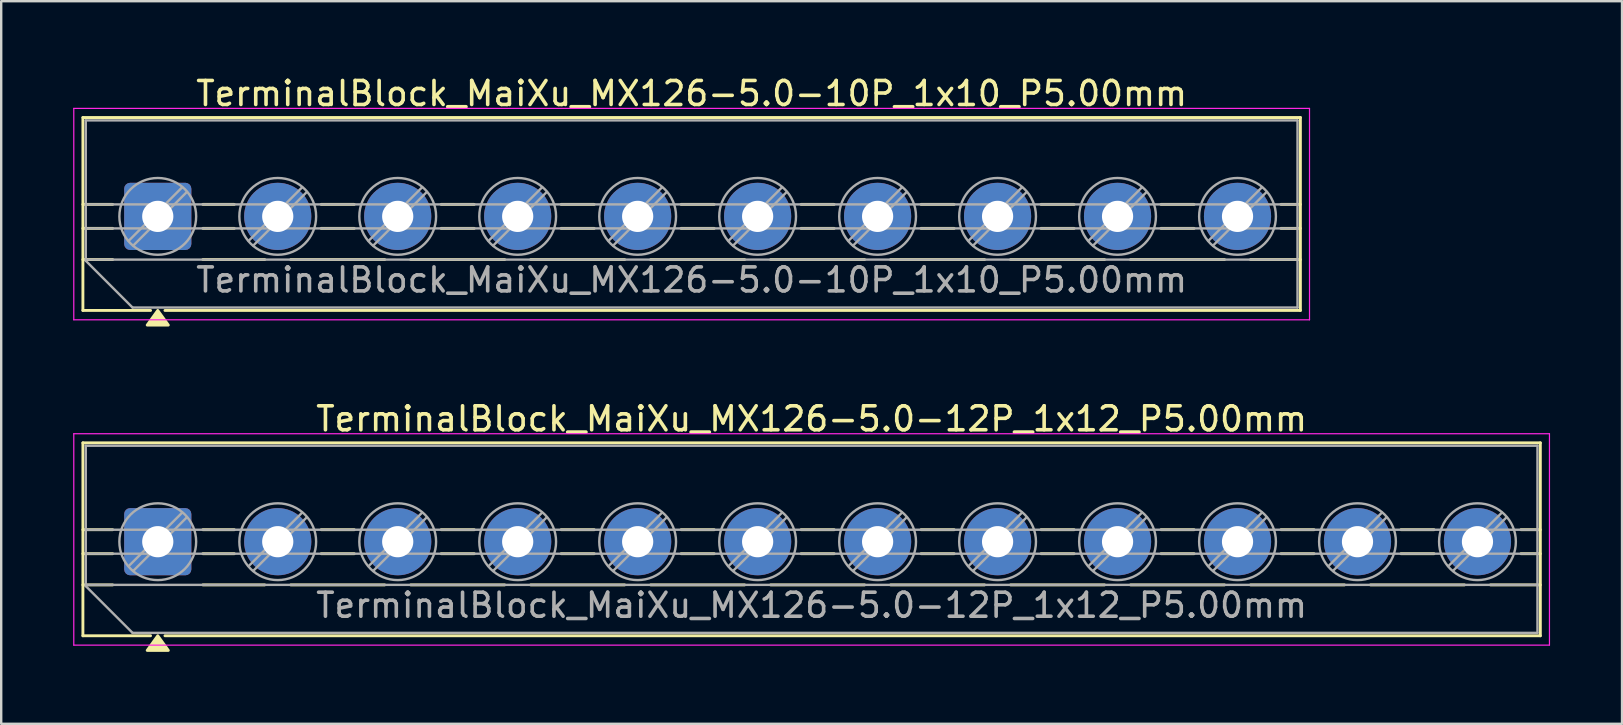
<source format=kicad_pcb>
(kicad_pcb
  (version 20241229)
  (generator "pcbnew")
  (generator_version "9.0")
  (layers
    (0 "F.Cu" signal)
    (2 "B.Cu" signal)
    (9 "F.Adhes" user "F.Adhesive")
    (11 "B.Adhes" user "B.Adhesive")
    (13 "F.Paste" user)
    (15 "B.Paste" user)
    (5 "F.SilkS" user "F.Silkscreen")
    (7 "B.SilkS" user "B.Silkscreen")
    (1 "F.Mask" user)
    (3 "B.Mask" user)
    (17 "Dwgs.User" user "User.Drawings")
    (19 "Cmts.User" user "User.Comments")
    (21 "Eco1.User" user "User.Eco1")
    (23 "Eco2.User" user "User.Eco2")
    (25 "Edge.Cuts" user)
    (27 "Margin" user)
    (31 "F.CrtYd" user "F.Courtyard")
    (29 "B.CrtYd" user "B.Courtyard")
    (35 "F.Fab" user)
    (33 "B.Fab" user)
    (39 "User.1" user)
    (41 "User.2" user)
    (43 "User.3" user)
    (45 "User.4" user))
  (footprint "TerminalBlock_MaiXu_MX126-5.0-10P_1x10_P5.00mm"
    (layer "F.Cu")
    (at 3.525 5.968)
    (property "Reference" "TerminalBlock_MaiXu_MX126-5.0-10P_1x10_P5.00mm" (at 22.25 -5.12 0) (layer "F.SilkS") (effects (font (size 1 1) (thickness 0.15))))
    (attr through_hole)
    (fp_line (start -3.12 -4.12) (end -3.12 3.92) (stroke (width 0.12) (type solid)) (layer "F.SilkS"))
    (fp_line (start -3.12 -4.12) (end 47.62 -4.12) (stroke (width 0.12) (type solid)) (layer "F.SilkS"))
    (fp_line (start -3.12 -0.5) (end -1.88 -0.5) (stroke (width 0.12) (type solid)) (layer "F.SilkS"))
    (fp_line (start -3.12 0.5) (end -1.88 0.5) (stroke (width 0.12) (type solid)) (layer "F.SilkS"))
    (fp_line (start -3.12 1.8) (end -1.88 1.8) (stroke (width 0.12) (type solid)) (layer "F.SilkS"))
    (fp_line (start -3.12 3.92) (end -0.3 3.92) (stroke (width 0.12) (type solid)) (layer "F.SilkS"))
    (fp_line (start 0.3 3.92) (end 47.62 3.92) (stroke (width 0.12) (type solid)) (layer "F.SilkS"))
    (fp_line (start 1.88 -0.5) (end 3.188 -0.5) (stroke (width 0.12) (type solid)) (layer "F.SilkS"))
    (fp_line (start 1.88 0.5) (end 3.188 0.5) (stroke (width 0.12) (type solid)) (layer "F.SilkS"))
    (fp_line (start 1.88 1.8) (end 4.457 1.8) (stroke (width 0.12) (type solid)) (layer "F.SilkS"))
    (fp_line (start 5.543 1.8) (end 9.457 1.8) (stroke (width 0.12) (type solid)) (layer "F.SilkS"))
    (fp_line (start 6.812 -0.5) (end 8.188 -0.5) (stroke (width 0.12) (type solid)) (layer "F.SilkS"))
    (fp_line (start 6.812 0.5) (end 8.188 0.5) (stroke (width 0.12) (type solid)) (layer "F.SilkS"))
    (fp_line (start 10.543 1.8) (end 14.457 1.8) (stroke (width 0.12) (type solid)) (layer "F.SilkS"))
    (fp_line (start 11.812 -0.5) (end 13.188 -0.5) (stroke (width 0.12) (type solid)) (layer "F.SilkS"))
    (fp_line (start 11.812 0.5) (end 13.188 0.5) (stroke (width 0.12) (type solid)) (layer "F.SilkS"))
    (fp_line (start 15.543 1.8) (end 19.457 1.8) (stroke (width 0.12) (type solid)) (layer "F.SilkS"))
    (fp_line (start 16.812 -0.5) (end 18.188 -0.5) (stroke (width 0.12) (type solid)) (layer "F.SilkS"))
    (fp_line (start 16.812 0.5) (end 18.188 0.5) (stroke (width 0.12) (type solid)) (layer "F.SilkS"))
    (fp_line (start 20.543 1.8) (end 24.457 1.8) (stroke (width 0.12) (type solid)) (layer "F.SilkS"))
    (fp_line (start 21.812 -0.5) (end 23.188 -0.5) (stroke (width 0.12) (type solid)) (layer "F.SilkS"))
    (fp_line (start 21.812 0.5) (end 23.188 0.5) (stroke (width 0.12) (type solid)) (layer "F.SilkS"))
    (fp_line (start 25.543 1.8) (end 29.457 1.8) (stroke (width 0.12) (type solid)) (layer "F.SilkS"))
    (fp_line (start 26.812 -0.5) (end 28.188 -0.5) (stroke (width 0.12) (type solid)) (layer "F.SilkS"))
    (fp_line (start 26.812 0.5) (end 28.188 0.5) (stroke (width 0.12) (type solid)) (layer "F.SilkS"))
    (fp_line (start 30.543 1.8) (end 34.457 1.8) (stroke (width 0.12) (type solid)) (layer "F.SilkS"))
    (fp_line (start 31.812 -0.5) (end 33.188 -0.5) (stroke (width 0.12) (type solid)) (layer "F.SilkS"))
    (fp_line (start 31.812 0.5) (end 33.188 0.5) (stroke (width 0.12) (type solid)) (layer "F.SilkS"))
    (fp_line (start 35.543 1.8) (end 39.457 1.8) (stroke (width 0.12) (type solid)) (layer "F.SilkS"))
    (fp_line (start 36.812 -0.5) (end 38.188 -0.5) (stroke (width 0.12) (type solid)) (layer "F.SilkS"))
    (fp_line (start 36.812 0.5) (end 38.188 0.5) (stroke (width 0.12) (type solid)) (layer "F.SilkS"))
    (fp_line (start 40.543 1.8) (end 44.457 1.8) (stroke (width 0.12) (type solid)) (layer "F.SilkS"))
    (fp_line (start 41.812 -0.5) (end 43.188 -0.5) (stroke (width 0.12) (type solid)) (layer "F.SilkS"))
    (fp_line (start 41.812 0.5) (end 43.188 0.5) (stroke (width 0.12) (type solid)) (layer "F.SilkS"))
    (fp_line (start 45.543 1.8) (end 47.62 1.8) (stroke (width 0.12) (type solid)) (layer "F.SilkS"))
    (fp_line (start 46.812 -0.5) (end 47.62 -0.5) (stroke (width 0.12) (type solid)) (layer "F.SilkS"))
    (fp_line (start 46.812 0.5) (end 47.62 0.5) (stroke (width 0.12) (type solid)) (layer "F.SilkS"))
    (fp_line (start 47.62 -4.12) (end 47.62 3.92) (stroke (width 0.12) (type solid)) (layer "F.SilkS"))
    (fp_poly (pts (xy 0 3.92) (xy 0.44 4.53) (xy -0.44 4.53)) (stroke (width 0.12) (type solid)) (fill yes) (layer "F.SilkS"))
    (fp_line (start -3.5 -4.5) (end -3.5 4.31) (stroke (width 0.05) (type solid)) (layer "F.CrtYd"))
    (fp_line (start -3.5 4.31) (end 48 4.31) (stroke (width 0.05) (type solid)) (layer "F.CrtYd"))
    (fp_line (start 48 -4.5) (end -3.5 -4.5) (stroke (width 0.05) (type solid)) (layer "F.CrtYd"))
    (fp_line (start 48 4.31) (end 48 -4.5) (stroke (width 0.05) (type solid)) (layer "F.CrtYd"))
    (fp_line (start -3 -4) (end 47.5 -4) (stroke (width 0.1) (type solid)) (layer "F.Fab"))
    (fp_line (start -3 -0.5) (end 47.5 -0.5) (stroke (width 0.1) (type solid)) (layer "F.Fab"))
    (fp_line (start -3 0.5) (end 47.5 0.5) (stroke (width 0.1) (type solid)) (layer "F.Fab"))
    (fp_line (start -3 1.8) (end 47.5 1.8) (stroke (width 0.1) (type solid)) (layer "F.Fab"))
    (fp_line (start -3 1.85) (end -3 -4) (stroke (width 0.1) (type solid)) (layer "F.Fab"))
    (fp_line (start -1.05 3.8) (end -3 1.85) (stroke (width 0.1) (type solid)) (layer "F.Fab"))
    (fp_line (start 1.018 -1.213) (end -1.213 1.018) (stroke (width 0.1) (type solid)) (layer "F.Fab"))
    (fp_line (start 1.213 -1.018) (end -1.018 1.213) (stroke (width 0.1) (type solid)) (layer "F.Fab"))
    (fp_line (start 6.018 -1.213) (end 3.787 1.018) (stroke (width 0.1) (type solid)) (layer "F.Fab"))
    (fp_line (start 6.213 -1.018) (end 3.982 1.213) (stroke (width 0.1) (type solid)) (layer "F.Fab"))
    (fp_line (start 11.018 -1.213) (end 8.787 1.018) (stroke (width 0.1) (type solid)) (layer "F.Fab"))
    (fp_line (start 11.213 -1.018) (end 8.982 1.213) (stroke (width 0.1) (type solid)) (layer "F.Fab"))
    (fp_line (start 16.018 -1.213) (end 13.787 1.018) (stroke (width 0.1) (type solid)) (layer "F.Fab"))
    (fp_line (start 16.213 -1.018) (end 13.982 1.213) (stroke (width 0.1) (type solid)) (layer "F.Fab"))
    (fp_line (start 21.018 -1.213) (end 18.787 1.018) (stroke (width 0.1) (type solid)) (layer "F.Fab"))
    (fp_line (start 21.213 -1.018) (end 18.982 1.213) (stroke (width 0.1) (type solid)) (layer "F.Fab"))
    (fp_line (start 26.018 -1.213) (end 23.787 1.018) (stroke (width 0.1) (type solid)) (layer "F.Fab"))
    (fp_line (start 26.213 -1.018) (end 23.982 1.213) (stroke (width 0.1) (type solid)) (layer "F.Fab"))
    (fp_line (start 31.018 -1.213) (end 28.787 1.018) (stroke (width 0.1) (type solid)) (layer "F.Fab"))
    (fp_line (start 31.213 -1.018) (end 28.982 1.213) (stroke (width 0.1) (type solid)) (layer "F.Fab"))
    (fp_line (start 36.018 -1.213) (end 33.787 1.018) (stroke (width 0.1) (type solid)) (layer "F.Fab"))
    (fp_line (start 36.213 -1.018) (end 33.982 1.213) (stroke (width 0.1) (type solid)) (layer "F.Fab"))
    (fp_line (start 41.018 -1.213) (end 38.787 1.018) (stroke (width 0.1) (type solid)) (layer "F.Fab"))
    (fp_line (start 41.213 -1.018) (end 38.982 1.213) (stroke (width 0.1) (type solid)) (layer "F.Fab"))
    (fp_line (start 46.018 -1.213) (end 43.787 1.018) (stroke (width 0.1) (type solid)) (layer "F.Fab"))
    (fp_line (start 46.213 -1.018) (end 43.982 1.213) (stroke (width 0.1) (type solid)) (layer "F.Fab"))
    (fp_line (start 47.5 -4) (end 47.5 3.8) (stroke (width 0.1) (type solid)) (layer "F.Fab"))
    (fp_line (start 47.5 3.8) (end -1.05 3.8) (stroke (width 0.1) (type solid)) (layer "F.Fab"))
    (fp_circle (center 0 0) (end 1.6 0) (stroke (width 0.1) (type solid)) (fill no) (layer "F.Fab"))
    (fp_circle (center 5 0) (end 6.6 0) (stroke (width 0.1) (type solid)) (fill no) (layer "F.Fab"))
    (fp_circle (center 10 0) (end 11.6 0) (stroke (width 0.1) (type solid)) (fill no) (layer "F.Fab"))
    (fp_circle (center 15 0) (end 16.6 0) (stroke (width 0.1) (type solid)) (fill no) (layer "F.Fab"))
    (fp_circle (center 20 0) (end 21.6 0) (stroke (width 0.1) (type solid)) (fill no) (layer "F.Fab"))
    (fp_circle (center 25 0) (end 26.6 0) (stroke (width 0.1) (type solid)) (fill no) (layer "F.Fab"))
    (fp_circle (center 30 0) (end 31.6 0) (stroke (width 0.1) (type solid)) (fill no) (layer "F.Fab"))
    (fp_circle (center 35 0) (end 36.6 0) (stroke (width 0.1) (type solid)) (fill no) (layer "F.Fab"))
    (fp_circle (center 40 0) (end 41.6 0) (stroke (width 0.1) (type solid)) (fill no) (layer "F.Fab"))
    (fp_circle (center 45 0) (end 46.6 0) (stroke (width 0.1) (type solid)) (fill no) (layer "F.Fab"))
    (fp_text user "${REFERENCE}" (at 22.25 2.65 0) (layer "F.Fab") (effects (font (size 1 1) (thickness 0.15))))
    (pad "1" thru_hole roundrect (at 0 0) (size 2.8 2.8) (drill 1.3) (layers "*.Cu" "*.Mask") (roundrect_rratio 0.089))
    (pad "2" thru_hole circle (at 5 0) (size 2.8 2.8) (drill 1.3) (layers "*.Cu" "*.Mask"))
    (pad "3" thru_hole circle (at 10 0) (size 2.8 2.8) (drill 1.3) (layers "*.Cu" "*.Mask"))
    (pad "4" thru_hole circle (at 15 0) (size 2.8 2.8) (drill 1.3) (layers "*.Cu" "*.Mask"))
    (pad "5" thru_hole circle (at 20 0) (size 2.8 2.8) (drill 1.3) (layers "*.Cu" "*.Mask"))
    (pad "6" thru_hole circle (at 25 0) (size 2.8 2.8) (drill 1.3) (layers "*.Cu" "*.Mask"))
    (pad "7" thru_hole circle (at 30 0) (size 2.8 2.8) (drill 1.3) (layers "*.Cu" "*.Mask"))
    (pad "8" thru_hole circle (at 35 0) (size 2.8 2.8) (drill 1.3) (layers "*.Cu" "*.Mask"))
    (pad "9" thru_hole circle (at 40 0) (size 2.8 2.8) (drill 1.3) (layers "*.Cu" "*.Mask"))
    (pad "10" thru_hole circle (at 45 0) (size 2.8 2.8) (drill 1.3) (layers "*.Cu" "*.Mask")))
  (footprint "TerminalBlock_MaiXu_MX126-5.0-12P_1x12_P5.00mm"
    (layer "F.Cu")
    (at 3.525 19.526)
    (property "Reference" "TerminalBlock_MaiXu_MX126-5.0-12P_1x12_P5.00mm" (at 27.25 -5.12 0) (layer "F.SilkS") (effects (font (size 1 1) (thickness 0.15))))
    (attr through_hole)
    (fp_line (start -3.12 -4.12) (end -3.12 3.92) (stroke (width 0.12) (type solid)) (layer "F.SilkS"))
    (fp_line (start -3.12 -4.12) (end 57.62 -4.12) (stroke (width 0.12) (type solid)) (layer "F.SilkS"))
    (fp_line (start -3.12 -0.5) (end -1.88 -0.5) (stroke (width 0.12) (type solid)) (layer "F.SilkS"))
    (fp_line (start -3.12 0.5) (end -1.88 0.5) (stroke (width 0.12) (type solid)) (layer "F.SilkS"))
    (fp_line (start -3.12 1.8) (end -1.88 1.8) (stroke (width 0.12) (type solid)) (layer "F.SilkS"))
    (fp_line (start -3.12 3.92) (end -0.3 3.92) (stroke (width 0.12) (type solid)) (layer "F.SilkS"))
    (fp_line (start 0.3 3.92) (end 57.62 3.92) (stroke (width 0.12) (type solid)) (layer "F.SilkS"))
    (fp_line (start 1.88 -0.5) (end 3.188 -0.5) (stroke (width 0.12) (type solid)) (layer "F.SilkS"))
    (fp_line (start 1.88 0.5) (end 3.188 0.5) (stroke (width 0.12) (type solid)) (layer "F.SilkS"))
    (fp_line (start 1.88 1.8) (end 4.457 1.8) (stroke (width 0.12) (type solid)) (layer "F.SilkS"))
    (fp_line (start 5.543 1.8) (end 9.457 1.8) (stroke (width 0.12) (type solid)) (layer "F.SilkS"))
    (fp_line (start 6.812 -0.5) (end 8.188 -0.5) (stroke (width 0.12) (type solid)) (layer "F.SilkS"))
    (fp_line (start 6.812 0.5) (end 8.188 0.5) (stroke (width 0.12) (type solid)) (layer "F.SilkS"))
    (fp_line (start 10.543 1.8) (end 14.457 1.8) (stroke (width 0.12) (type solid)) (layer "F.SilkS"))
    (fp_line (start 11.812 -0.5) (end 13.188 -0.5) (stroke (width 0.12) (type solid)) (layer "F.SilkS"))
    (fp_line (start 11.812 0.5) (end 13.188 0.5) (stroke (width 0.12) (type solid)) (layer "F.SilkS"))
    (fp_line (start 15.543 1.8) (end 19.457 1.8) (stroke (width 0.12) (type solid)) (layer "F.SilkS"))
    (fp_line (start 16.812 -0.5) (end 18.188 -0.5) (stroke (width 0.12) (type solid)) (layer "F.SilkS"))
    (fp_line (start 16.812 0.5) (end 18.188 0.5) (stroke (width 0.12) (type solid)) (layer "F.SilkS"))
    (fp_line (start 20.543 1.8) (end 24.457 1.8) (stroke (width 0.12) (type solid)) (layer "F.SilkS"))
    (fp_line (start 21.812 -0.5) (end 23.188 -0.5) (stroke (width 0.12) (type solid)) (layer "F.SilkS"))
    (fp_line (start 21.812 0.5) (end 23.188 0.5) (stroke (width 0.12) (type solid)) (layer "F.SilkS"))
    (fp_line (start 25.543 1.8) (end 29.457 1.8) (stroke (width 0.12) (type solid)) (layer "F.SilkS"))
    (fp_line (start 26.812 -0.5) (end 28.188 -0.5) (stroke (width 0.12) (type solid)) (layer "F.SilkS"))
    (fp_line (start 26.812 0.5) (end 28.188 0.5) (stroke (width 0.12) (type solid)) (layer "F.SilkS"))
    (fp_line (start 30.543 1.8) (end 34.457 1.8) (stroke (width 0.12) (type solid)) (layer "F.SilkS"))
    (fp_line (start 31.812 -0.5) (end 33.188 -0.5) (stroke (width 0.12) (type solid)) (layer "F.SilkS"))
    (fp_line (start 31.812 0.5) (end 33.188 0.5) (stroke (width 0.12) (type solid)) (layer "F.SilkS"))
    (fp_line (start 35.543 1.8) (end 39.457 1.8) (stroke (width 0.12) (type solid)) (layer "F.SilkS"))
    (fp_line (start 36.812 -0.5) (end 38.188 -0.5) (stroke (width 0.12) (type solid)) (layer "F.SilkS"))
    (fp_line (start 36.812 0.5) (end 38.188 0.5) (stroke (width 0.12) (type solid)) (layer "F.SilkS"))
    (fp_line (start 40.543 1.8) (end 44.457 1.8) (stroke (width 0.12) (type solid)) (layer "F.SilkS"))
    (fp_line (start 41.812 -0.5) (end 43.188 -0.5) (stroke (width 0.12) (type solid)) (layer "F.SilkS"))
    (fp_line (start 41.812 0.5) (end 43.188 0.5) (stroke (width 0.12) (type solid)) (layer "F.SilkS"))
    (fp_line (start 45.543 1.8) (end 49.457 1.8) (stroke (width 0.12) (type solid)) (layer "F.SilkS"))
    (fp_line (start 46.812 -0.5) (end 48.188 -0.5) (stroke (width 0.12) (type solid)) (layer "F.SilkS"))
    (fp_line (start 46.812 0.5) (end 48.188 0.5) (stroke (width 0.12) (type solid)) (layer "F.SilkS"))
    (fp_line (start 50.543 1.8) (end 54.457 1.8) (stroke (width 0.12) (type solid)) (layer "F.SilkS"))
    (fp_line (start 51.812 -0.5) (end 53.188 -0.5) (stroke (width 0.12) (type solid)) (layer "F.SilkS"))
    (fp_line (start 51.812 0.5) (end 53.188 0.5) (stroke (width 0.12) (type solid)) (layer "F.SilkS"))
    (fp_line (start 55.543 1.8) (end 57.62 1.8) (stroke (width 0.12) (type solid)) (layer "F.SilkS"))
    (fp_line (start 56.812 -0.5) (end 57.62 -0.5) (stroke (width 0.12) (type solid)) (layer "F.SilkS"))
    (fp_line (start 56.812 0.5) (end 57.62 0.5) (stroke (width 0.12) (type solid)) (layer "F.SilkS"))
    (fp_line (start 57.62 -4.12) (end 57.62 3.92) (stroke (width 0.12) (type solid)) (layer "F.SilkS"))
    (fp_poly (pts (xy 0 3.92) (xy 0.44 4.53) (xy -0.44 4.53)) (stroke (width 0.12) (type solid)) (fill yes) (layer "F.SilkS"))
    (fp_line (start -3.5 -4.5) (end -3.5 4.31) (stroke (width 0.05) (type solid)) (layer "F.CrtYd"))
    (fp_line (start -3.5 4.31) (end 58 4.31) (stroke (width 0.05) (type solid)) (layer "F.CrtYd"))
    (fp_line (start 58 -4.5) (end -3.5 -4.5) (stroke (width 0.05) (type solid)) (layer "F.CrtYd"))
    (fp_line (start 58 4.31) (end 58 -4.5) (stroke (width 0.05) (type solid)) (layer "F.CrtYd"))
    (fp_line (start -3 -4) (end 57.5 -4) (stroke (width 0.1) (type solid)) (layer "F.Fab"))
    (fp_line (start -3 -0.5) (end 57.5 -0.5) (stroke (width 0.1) (type solid)) (layer "F.Fab"))
    (fp_line (start -3 0.5) (end 57.5 0.5) (stroke (width 0.1) (type solid)) (layer "F.Fab"))
    (fp_line (start -3 1.8) (end 57.5 1.8) (stroke (width 0.1) (type solid)) (layer "F.Fab"))
    (fp_line (start -3 1.85) (end -3 -4) (stroke (width 0.1) (type solid)) (layer "F.Fab"))
    (fp_line (start -1.05 3.8) (end -3 1.85) (stroke (width 0.1) (type solid)) (layer "F.Fab"))
    (fp_line (start 1.018 -1.213) (end -1.213 1.018) (stroke (width 0.1) (type solid)) (layer "F.Fab"))
    (fp_line (start 1.213 -1.018) (end -1.018 1.213) (stroke (width 0.1) (type solid)) (layer "F.Fab"))
    (fp_line (start 6.018 -1.213) (end 3.787 1.018) (stroke (width 0.1) (type solid)) (layer "F.Fab"))
    (fp_line (start 6.213 -1.018) (end 3.982 1.213) (stroke (width 0.1) (type solid)) (layer "F.Fab"))
    (fp_line (start 11.018 -1.213) (end 8.787 1.018) (stroke (width 0.1) (type solid)) (layer "F.Fab"))
    (fp_line (start 11.213 -1.018) (end 8.982 1.213) (stroke (width 0.1) (type solid)) (layer "F.Fab"))
    (fp_line (start 16.018 -1.213) (end 13.787 1.018) (stroke (width 0.1) (type solid)) (layer "F.Fab"))
    (fp_line (start 16.213 -1.018) (end 13.982 1.213) (stroke (width 0.1) (type solid)) (layer "F.Fab"))
    (fp_line (start 21.018 -1.213) (end 18.787 1.018) (stroke (width 0.1) (type solid)) (layer "F.Fab"))
    (fp_line (start 21.213 -1.018) (end 18.982 1.213) (stroke (width 0.1) (type solid)) (layer "F.Fab"))
    (fp_line (start 26.018 -1.213) (end 23.787 1.018) (stroke (width 0.1) (type solid)) (layer "F.Fab"))
    (fp_line (start 26.213 -1.018) (end 23.982 1.213) (stroke (width 0.1) (type solid)) (layer "F.Fab"))
    (fp_line (start 31.018 -1.213) (end 28.787 1.018) (stroke (width 0.1) (type solid)) (layer "F.Fab"))
    (fp_line (start 31.213 -1.018) (end 28.982 1.213) (stroke (width 0.1) (type solid)) (layer "F.Fab"))
    (fp_line (start 36.018 -1.213) (end 33.787 1.018) (stroke (width 0.1) (type solid)) (layer "F.Fab"))
    (fp_line (start 36.213 -1.018) (end 33.982 1.213) (stroke (width 0.1) (type solid)) (layer "F.Fab"))
    (fp_line (start 41.018 -1.213) (end 38.787 1.018) (stroke (width 0.1) (type solid)) (layer "F.Fab"))
    (fp_line (start 41.213 -1.018) (end 38.982 1.213) (stroke (width 0.1) (type solid)) (layer "F.Fab"))
    (fp_line (start 46.018 -1.213) (end 43.787 1.018) (stroke (width 0.1) (type solid)) (layer "F.Fab"))
    (fp_line (start 46.213 -1.018) (end 43.982 1.213) (stroke (width 0.1) (type solid)) (layer "F.Fab"))
    (fp_line (start 51.018 -1.213) (end 48.787 1.018) (stroke (width 0.1) (type solid)) (layer "F.Fab"))
    (fp_line (start 51.213 -1.018) (end 48.982 1.213) (stroke (width 0.1) (type solid)) (layer "F.Fab"))
    (fp_line (start 56.018 -1.213) (end 53.787 1.018) (stroke (width 0.1) (type solid)) (layer "F.Fab"))
    (fp_line (start 56.213 -1.018) (end 53.982 1.213) (stroke (width 0.1) (type solid)) (layer "F.Fab"))
    (fp_line (start 57.5 -4) (end 57.5 3.8) (stroke (width 0.1) (type solid)) (layer "F.Fab"))
    (fp_line (start 57.5 3.8) (end -1.05 3.8) (stroke (width 0.1) (type solid)) (layer "F.Fab"))
    (fp_circle (center 0 0) (end 1.6 0) (stroke (width 0.1) (type solid)) (fill no) (layer "F.Fab"))
    (fp_circle (center 5 0) (end 6.6 0) (stroke (width 0.1) (type solid)) (fill no) (layer "F.Fab"))
    (fp_circle (center 10 0) (end 11.6 0) (stroke (width 0.1) (type solid)) (fill no) (layer "F.Fab"))
    (fp_circle (center 15 0) (end 16.6 0) (stroke (width 0.1) (type solid)) (fill no) (layer "F.Fab"))
    (fp_circle (center 20 0) (end 21.6 0) (stroke (width 0.1) (type solid)) (fill no) (layer "F.Fab"))
    (fp_circle (center 25 0) (end 26.6 0) (stroke (width 0.1) (type solid)) (fill no) (layer "F.Fab"))
    (fp_circle (center 30 0) (end 31.6 0) (stroke (width 0.1) (type solid)) (fill no) (layer "F.Fab"))
    (fp_circle (center 35 0) (end 36.6 0) (stroke (width 0.1) (type solid)) (fill no) (layer "F.Fab"))
    (fp_circle (center 40 0) (end 41.6 0) (stroke (width 0.1) (type solid)) (fill no) (layer "F.Fab"))
    (fp_circle (center 45 0) (end 46.6 0) (stroke (width 0.1) (type solid)) (fill no) (layer "F.Fab"))
    (fp_circle (center 50 0) (end 51.6 0) (stroke (width 0.1) (type solid)) (fill no) (layer "F.Fab"))
    (fp_circle (center 55 0) (end 56.6 0) (stroke (width 0.1) (type solid)) (fill no) (layer "F.Fab"))
    (fp_text user "${REFERENCE}" (at 27.25 2.65 0) (layer "F.Fab") (effects (font (size 1 1) (thickness 0.15))))
    (pad "1" thru_hole roundrect (at 0 0) (size 2.8 2.8) (drill 1.3) (layers "*.Cu" "*.Mask") (roundrect_rratio 0.089))
    (pad "2" thru_hole circle (at 5 0) (size 2.8 2.8) (drill 1.3) (layers "*.Cu" "*.Mask"))
    (pad "3" thru_hole circle (at 10 0) (size 2.8 2.8) (drill 1.3) (layers "*.Cu" "*.Mask"))
    (pad "4" thru_hole circle (at 15 0) (size 2.8 2.8) (drill 1.3) (layers "*.Cu" "*.Mask"))
    (pad "5" thru_hole circle (at 20 0) (size 2.8 2.8) (drill 1.3) (layers "*.Cu" "*.Mask"))
    (pad "6" thru_hole circle (at 25 0) (size 2.8 2.8) (drill 1.3) (layers "*.Cu" "*.Mask"))
    (pad "7" thru_hole circle (at 30 0) (size 2.8 2.8) (drill 1.3) (layers "*.Cu" "*.Mask"))
    (pad "8" thru_hole circle (at 35 0) (size 2.8 2.8) (drill 1.3) (layers "*.Cu" "*.Mask"))
    (pad "9" thru_hole circle (at 40 0) (size 2.8 2.8) (drill 1.3) (layers "*.Cu" "*.Mask"))
    (pad "10" thru_hole circle (at 45 0) (size 2.8 2.8) (drill 1.3) (layers "*.Cu" "*.Mask"))
    (pad "11" thru_hole circle (at 50 0) (size 2.8 2.8) (drill 1.3) (layers "*.Cu" "*.Mask"))
    (pad "12" thru_hole circle (at 55 0) (size 2.8 2.8) (drill 1.3) (layers "*.Cu" "*.Mask")))
  (gr_rect
    (start -3 -3)
    (end 64.55 27.116)
    (stroke (width 0.1) (type default))
    (fill no)
    (layer "Edge.Cuts")))
</source>
